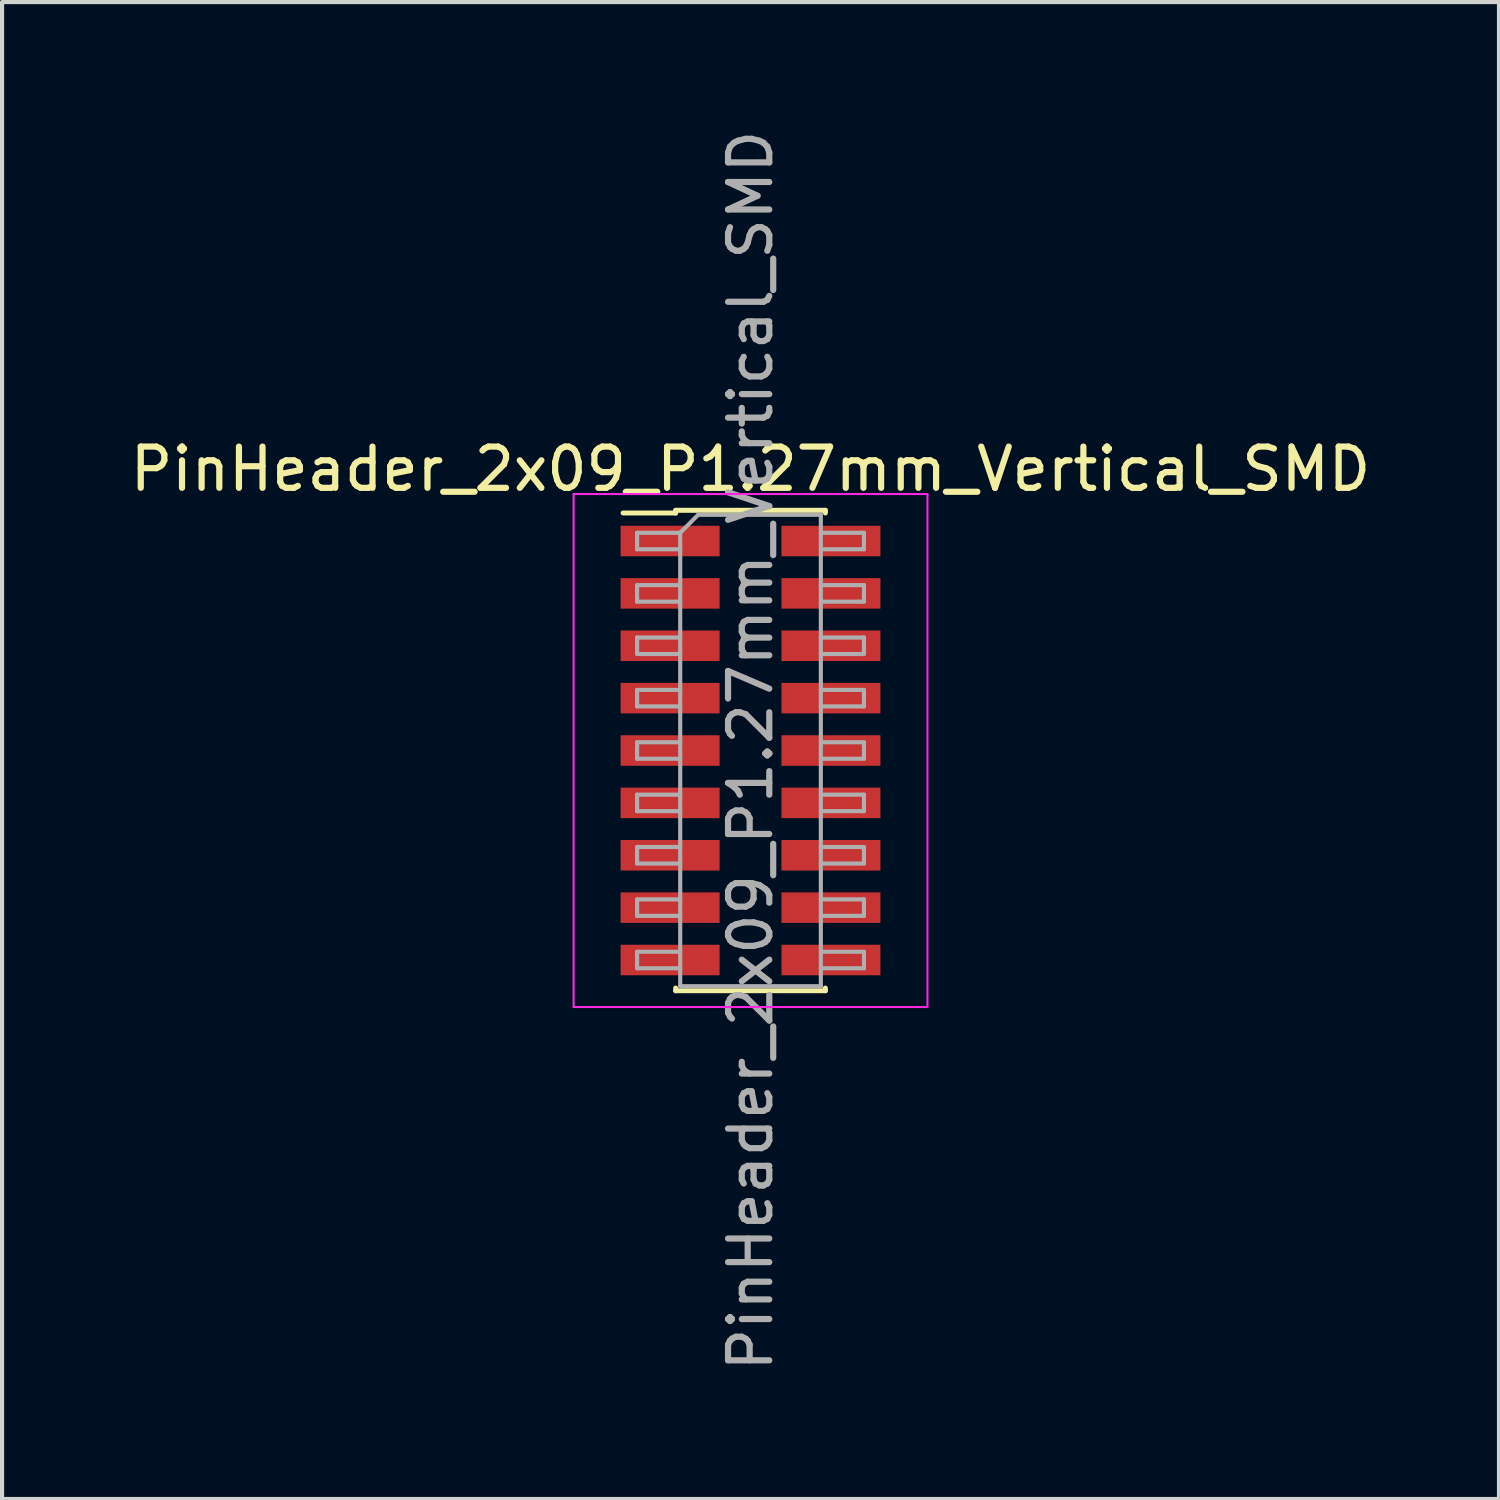
<source format=kicad_pcb>
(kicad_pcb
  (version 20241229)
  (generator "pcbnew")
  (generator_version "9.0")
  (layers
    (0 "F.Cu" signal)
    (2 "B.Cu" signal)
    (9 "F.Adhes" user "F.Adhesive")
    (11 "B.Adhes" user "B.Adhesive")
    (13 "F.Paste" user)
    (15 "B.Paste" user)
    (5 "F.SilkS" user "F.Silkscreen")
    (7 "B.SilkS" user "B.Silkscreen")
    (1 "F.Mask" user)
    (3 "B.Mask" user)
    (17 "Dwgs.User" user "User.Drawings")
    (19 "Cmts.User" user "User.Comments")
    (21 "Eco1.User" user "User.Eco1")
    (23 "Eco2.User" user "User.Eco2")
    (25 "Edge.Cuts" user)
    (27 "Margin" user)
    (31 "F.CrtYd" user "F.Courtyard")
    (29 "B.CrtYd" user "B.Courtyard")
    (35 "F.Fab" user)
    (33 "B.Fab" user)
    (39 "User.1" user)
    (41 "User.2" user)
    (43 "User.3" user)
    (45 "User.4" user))
  (footprint "PinHeader_2x09_P1.27mm_Vertical_SMD"
    (layer "F.Cu")
    (at 15.149 15.149)
    (property "Reference" "PinHeader_2x09_P1.27mm_Vertical_SMD" (at 0 -6.825 0) (layer "F.SilkS") (effects (font (size 1 1) (thickness 0.15))))
    (attr smd)
    (fp_line (start -3.09 -5.76) (end -1.815 -5.76) (stroke (width 0.12) (type solid)) (layer "F.SilkS"))
    (fp_line (start -1.815 -5.825) (end -1.815 -5.76) (stroke (width 0.12) (type solid)) (layer "F.SilkS"))
    (fp_line (start -1.815 -5.825) (end 1.815 -5.825) (stroke (width 0.12) (type solid)) (layer "F.SilkS"))
    (fp_line (start -1.815 5.76) (end -1.815 5.825) (stroke (width 0.12) (type solid)) (layer "F.SilkS"))
    (fp_line (start -1.815 5.825) (end 1.815 5.825) (stroke (width 0.12) (type solid)) (layer "F.SilkS"))
    (fp_line (start 1.815 -5.825) (end 1.815 -5.76) (stroke (width 0.12) (type solid)) (layer "F.SilkS"))
    (fp_line (start 1.815 5.76) (end 1.815 5.825) (stroke (width 0.12) (type solid)) (layer "F.SilkS"))
    (fp_line (start -4.29 -6.22) (end -4.29 6.22) (stroke (width 0.05) (type solid)) (layer "F.CrtYd"))
    (fp_line (start -4.29 6.22) (end 4.29 6.22) (stroke (width 0.05) (type solid)) (layer "F.CrtYd"))
    (fp_line (start 4.29 -6.22) (end -4.29 -6.22) (stroke (width 0.05) (type solid)) (layer "F.CrtYd"))
    (fp_line (start 4.29 6.22) (end 4.29 -6.22) (stroke (width 0.05) (type solid)) (layer "F.CrtYd"))
    (fp_line (start -2.75 -5.28) (end -2.75 -4.88) (stroke (width 0.1) (type solid)) (layer "F.Fab"))
    (fp_line (start -2.75 -4.88) (end -1.705 -4.88) (stroke (width 0.1) (type solid)) (layer "F.Fab"))
    (fp_line (start -2.75 -4.01) (end -2.75 -3.61) (stroke (width 0.1) (type solid)) (layer "F.Fab"))
    (fp_line (start -2.75 -3.61) (end -1.705 -3.61) (stroke (width 0.1) (type solid)) (layer "F.Fab"))
    (fp_line (start -2.75 -2.74) (end -2.75 -2.34) (stroke (width 0.1) (type solid)) (layer "F.Fab"))
    (fp_line (start -2.75 -2.34) (end -1.705 -2.34) (stroke (width 0.1) (type solid)) (layer "F.Fab"))
    (fp_line (start -2.75 -1.47) (end -2.75 -1.07) (stroke (width 0.1) (type solid)) (layer "F.Fab"))
    (fp_line (start -2.75 -1.07) (end -1.705 -1.07) (stroke (width 0.1) (type solid)) (layer "F.Fab"))
    (fp_line (start -2.75 -0.2) (end -2.75 0.2) (stroke (width 0.1) (type solid)) (layer "F.Fab"))
    (fp_line (start -2.75 0.2) (end -1.705 0.2) (stroke (width 0.1) (type solid)) (layer "F.Fab"))
    (fp_line (start -2.75 1.07) (end -2.75 1.47) (stroke (width 0.1) (type solid)) (layer "F.Fab"))
    (fp_line (start -2.75 1.47) (end -1.705 1.47) (stroke (width 0.1) (type solid)) (layer "F.Fab"))
    (fp_line (start -2.75 2.34) (end -2.75 2.74) (stroke (width 0.1) (type solid)) (layer "F.Fab"))
    (fp_line (start -2.75 2.74) (end -1.705 2.74) (stroke (width 0.1) (type solid)) (layer "F.Fab"))
    (fp_line (start -2.75 3.61) (end -2.75 4.01) (stroke (width 0.1) (type solid)) (layer "F.Fab"))
    (fp_line (start -2.75 4.01) (end -1.705 4.01) (stroke (width 0.1) (type solid)) (layer "F.Fab"))
    (fp_line (start -2.75 4.88) (end -2.75 5.28) (stroke (width 0.1) (type solid)) (layer "F.Fab"))
    (fp_line (start -2.75 5.28) (end -1.705 5.28) (stroke (width 0.1) (type solid)) (layer "F.Fab"))
    (fp_line (start -1.705 -5.28) (end -2.75 -5.28) (stroke (width 0.1) (type solid)) (layer "F.Fab"))
    (fp_line (start -1.705 -5.28) (end -1.27 -5.715) (stroke (width 0.1) (type solid)) (layer "F.Fab"))
    (fp_line (start -1.705 -4.01) (end -2.75 -4.01) (stroke (width 0.1) (type solid)) (layer "F.Fab"))
    (fp_line (start -1.705 -2.74) (end -2.75 -2.74) (stroke (width 0.1) (type solid)) (layer "F.Fab"))
    (fp_line (start -1.705 -1.47) (end -2.75 -1.47) (stroke (width 0.1) (type solid)) (layer "F.Fab"))
    (fp_line (start -1.705 -0.2) (end -2.75 -0.2) (stroke (width 0.1) (type solid)) (layer "F.Fab"))
    (fp_line (start -1.705 1.07) (end -2.75 1.07) (stroke (width 0.1) (type solid)) (layer "F.Fab"))
    (fp_line (start -1.705 2.34) (end -2.75 2.34) (stroke (width 0.1) (type solid)) (layer "F.Fab"))
    (fp_line (start -1.705 3.61) (end -2.75 3.61) (stroke (width 0.1) (type solid)) (layer "F.Fab"))
    (fp_line (start -1.705 4.88) (end -2.75 4.88) (stroke (width 0.1) (type solid)) (layer "F.Fab"))
    (fp_line (start -1.705 5.715) (end -1.705 -5.28) (stroke (width 0.1) (type solid)) (layer "F.Fab"))
    (fp_line (start -1.27 -5.715) (end 1.705 -5.715) (stroke (width 0.1) (type solid)) (layer "F.Fab"))
    (fp_line (start 1.705 -5.715) (end 1.705 5.715) (stroke (width 0.1) (type solid)) (layer "F.Fab"))
    (fp_line (start 1.705 -5.28) (end 2.75 -5.28) (stroke (width 0.1) (type solid)) (layer "F.Fab"))
    (fp_line (start 1.705 -4.01) (end 2.75 -4.01) (stroke (width 0.1) (type solid)) (layer "F.Fab"))
    (fp_line (start 1.705 -2.74) (end 2.75 -2.74) (stroke (width 0.1) (type solid)) (layer "F.Fab"))
    (fp_line (start 1.705 -1.47) (end 2.75 -1.47) (stroke (width 0.1) (type solid)) (layer "F.Fab"))
    (fp_line (start 1.705 -0.2) (end 2.75 -0.2) (stroke (width 0.1) (type solid)) (layer "F.Fab"))
    (fp_line (start 1.705 1.07) (end 2.75 1.07) (stroke (width 0.1) (type solid)) (layer "F.Fab"))
    (fp_line (start 1.705 2.34) (end 2.75 2.34) (stroke (width 0.1) (type solid)) (layer "F.Fab"))
    (fp_line (start 1.705 3.61) (end 2.75 3.61) (stroke (width 0.1) (type solid)) (layer "F.Fab"))
    (fp_line (start 1.705 4.88) (end 2.75 4.88) (stroke (width 0.1) (type solid)) (layer "F.Fab"))
    (fp_line (start 1.705 5.715) (end -1.705 5.715) (stroke (width 0.1) (type solid)) (layer "F.Fab"))
    (fp_line (start 2.75 -5.28) (end 2.75 -4.88) (stroke (width 0.1) (type solid)) (layer "F.Fab"))
    (fp_line (start 2.75 -4.88) (end 1.705 -4.88) (stroke (width 0.1) (type solid)) (layer "F.Fab"))
    (fp_line (start 2.75 -4.01) (end 2.75 -3.61) (stroke (width 0.1) (type solid)) (layer "F.Fab"))
    (fp_line (start 2.75 -3.61) (end 1.705 -3.61) (stroke (width 0.1) (type solid)) (layer "F.Fab"))
    (fp_line (start 2.75 -2.74) (end 2.75 -2.34) (stroke (width 0.1) (type solid)) (layer "F.Fab"))
    (fp_line (start 2.75 -2.34) (end 1.705 -2.34) (stroke (width 0.1) (type solid)) (layer "F.Fab"))
    (fp_line (start 2.75 -1.47) (end 2.75 -1.07) (stroke (width 0.1) (type solid)) (layer "F.Fab"))
    (fp_line (start 2.75 -1.07) (end 1.705 -1.07) (stroke (width 0.1) (type solid)) (layer "F.Fab"))
    (fp_line (start 2.75 -0.2) (end 2.75 0.2) (stroke (width 0.1) (type solid)) (layer "F.Fab"))
    (fp_line (start 2.75 0.2) (end 1.705 0.2) (stroke (width 0.1) (type solid)) (layer "F.Fab"))
    (fp_line (start 2.75 1.07) (end 2.75 1.47) (stroke (width 0.1) (type solid)) (layer "F.Fab"))
    (fp_line (start 2.75 1.47) (end 1.705 1.47) (stroke (width 0.1) (type solid)) (layer "F.Fab"))
    (fp_line (start 2.75 2.34) (end 2.75 2.74) (stroke (width 0.1) (type solid)) (layer "F.Fab"))
    (fp_line (start 2.75 2.74) (end 1.705 2.74) (stroke (width 0.1) (type solid)) (layer "F.Fab"))
    (fp_line (start 2.75 3.61) (end 2.75 4.01) (stroke (width 0.1) (type solid)) (layer "F.Fab"))
    (fp_line (start 2.75 4.01) (end 1.705 4.01) (stroke (width 0.1) (type solid)) (layer "F.Fab"))
    (fp_line (start 2.75 4.88) (end 2.75 5.28) (stroke (width 0.1) (type solid)) (layer "F.Fab"))
    (fp_line (start 2.75 5.28) (end 1.705 5.28) (stroke (width 0.1) (type solid)) (layer "F.Fab"))
    (fp_text user "${REFERENCE}" (at 0 0 90) (layer "F.Fab") (effects (font (size 1 1) (thickness 0.15))))
    (pad "1" smd rect (at -1.95 -5.08) (size 2.4 0.74) (layers "F.Cu" "F.Mask" "F.Paste"))
    (pad "2" smd rect (at 1.95 -5.08) (size 2.4 0.74) (layers "F.Cu" "F.Mask" "F.Paste"))
    (pad "3" smd rect (at -1.95 -3.81) (size 2.4 0.74) (layers "F.Cu" "F.Mask" "F.Paste"))
    (pad "4" smd rect (at 1.95 -3.81) (size 2.4 0.74) (layers "F.Cu" "F.Mask" "F.Paste"))
    (pad "5" smd rect (at -1.95 -2.54) (size 2.4 0.74) (layers "F.Cu" "F.Mask" "F.Paste"))
    (pad "6" smd rect (at 1.95 -2.54) (size 2.4 0.74) (layers "F.Cu" "F.Mask" "F.Paste"))
    (pad "7" smd rect (at -1.95 -1.27) (size 2.4 0.74) (layers "F.Cu" "F.Mask" "F.Paste"))
    (pad "8" smd rect (at 1.95 -1.27) (size 2.4 0.74) (layers "F.Cu" "F.Mask" "F.Paste"))
    (pad "9" smd rect (at -1.95 0) (size 2.4 0.74) (layers "F.Cu" "F.Mask" "F.Paste"))
    (pad "10" smd rect (at 1.95 0) (size 2.4 0.74) (layers "F.Cu" "F.Mask" "F.Paste"))
    (pad "11" smd rect (at -1.95 1.27) (size 2.4 0.74) (layers "F.Cu" "F.Mask" "F.Paste"))
    (pad "12" smd rect (at 1.95 1.27) (size 2.4 0.74) (layers "F.Cu" "F.Mask" "F.Paste"))
    (pad "13" smd rect (at -1.95 2.54) (size 2.4 0.74) (layers "F.Cu" "F.Mask" "F.Paste"))
    (pad "14" smd rect (at 1.95 2.54) (size 2.4 0.74) (layers "F.Cu" "F.Mask" "F.Paste"))
    (pad "15" smd rect (at -1.95 3.81) (size 2.4 0.74) (layers "F.Cu" "F.Mask" "F.Paste"))
    (pad "16" smd rect (at 1.95 3.81) (size 2.4 0.74) (layers "F.Cu" "F.Mask" "F.Paste"))
    (pad "17" smd rect (at -1.95 5.08) (size 2.4 0.74) (layers "F.Cu" "F.Mask" "F.Paste"))
    (pad "18" smd rect (at 1.95 5.08) (size 2.4 0.74) (layers "F.Cu" "F.Mask" "F.Paste")))
  (gr_rect
    (start -3 -3)
    (end 33.298 33.298)
    (stroke (width 0.1) (type default))
    (fill no)
    (layer "Edge.Cuts")))
</source>
